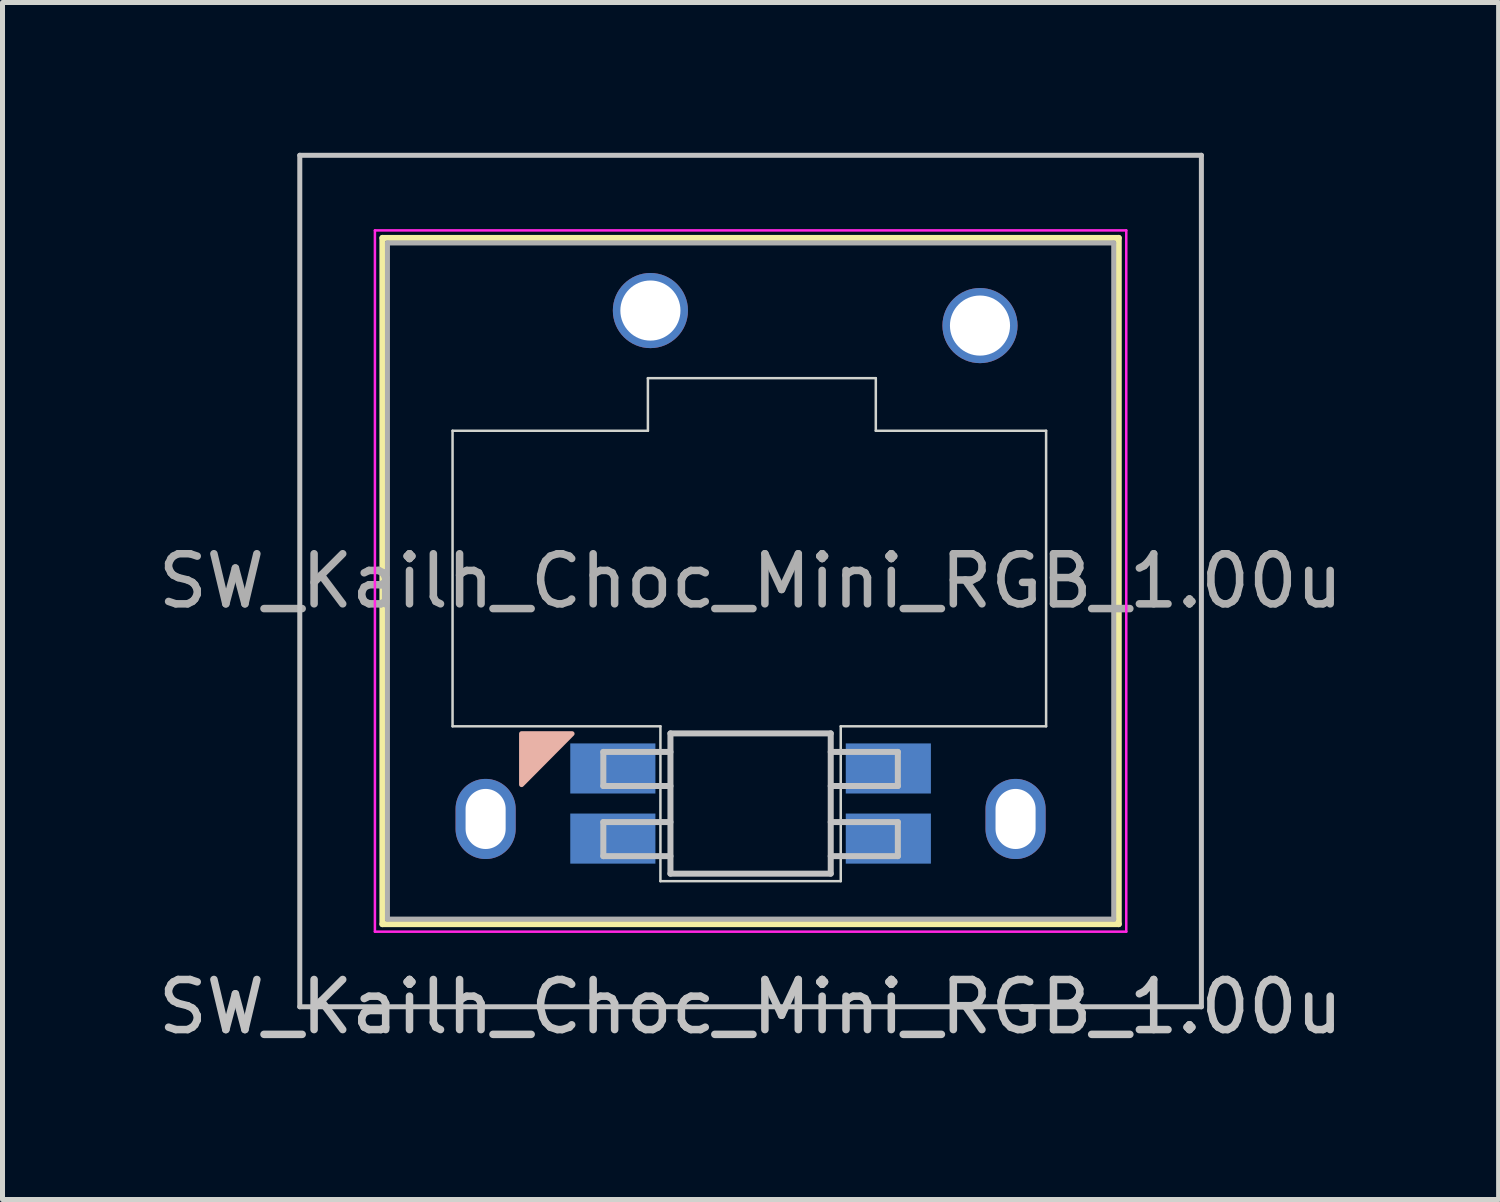
<source format=kicad_pcb>
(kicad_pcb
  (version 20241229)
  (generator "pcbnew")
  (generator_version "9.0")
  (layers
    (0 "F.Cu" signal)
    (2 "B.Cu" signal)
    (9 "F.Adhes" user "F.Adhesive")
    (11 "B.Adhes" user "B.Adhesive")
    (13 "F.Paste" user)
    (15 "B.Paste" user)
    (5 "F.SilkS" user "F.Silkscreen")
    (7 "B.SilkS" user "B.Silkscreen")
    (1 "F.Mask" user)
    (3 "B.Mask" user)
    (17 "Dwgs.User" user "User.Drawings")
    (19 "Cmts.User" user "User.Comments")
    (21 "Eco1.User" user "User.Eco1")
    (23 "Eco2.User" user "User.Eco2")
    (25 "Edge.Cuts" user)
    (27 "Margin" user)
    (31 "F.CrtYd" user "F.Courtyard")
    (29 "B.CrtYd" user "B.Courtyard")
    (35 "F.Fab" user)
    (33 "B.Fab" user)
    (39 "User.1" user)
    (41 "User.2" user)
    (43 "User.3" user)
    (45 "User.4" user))
  (footprint "SW_Kailh_Choc_Mini_RGB_1.00u"
    (layer "F.Cu")
    (at 11.935 8.55)
    (property "Reference" "SW_Kailh_Choc_Mini_RGB_1.00u" (at 0 8.5 180) (layer "Dwgs.User") (effects (font (size 1 1) (thickness 0.15))))
    (attr through_hole)
    (fp_line (start -7.35 -6.85) (end -7.35 6.85) (stroke (width 0.12) (type solid)) (layer "F.SilkS"))
    (fp_line (start -7.35 6.85) (end 7.35 6.85) (stroke (width 0.12) (type solid)) (layer "F.SilkS"))
    (fp_line (start 7.35 -6.85) (end -7.35 -6.85) (stroke (width 0.12) (type solid)) (layer "F.SilkS"))
    (fp_line (start 7.35 6.85) (end 7.35 -6.85) (stroke (width 0.12) (type solid)) (layer "F.SilkS"))
    (fp_poly (pts (xy -4.572 4.064) (xy -4.572 3.048) (xy -3.564 3.048)) (stroke (width 0.1) (type solid)) (fill yes) (layer "B.SilkS"))
    (fp_line (start -9 -8.5) (end -9 8.5) (stroke (width 0.1) (type solid)) (layer "Dwgs.User"))
    (fp_line (start -9 8.5) (end 9 8.5) (stroke (width 0.1) (type solid)) (layer "Dwgs.User"))
    (fp_line (start -2.94 3.412) (end -2.94 4.092) (stroke (width 0.12) (type solid)) (layer "Dwgs.User"))
    (fp_line (start -2.94 4.092) (end -1.6 4.092) (stroke (width 0.12) (type solid)) (layer "Dwgs.User"))
    (fp_line (start -2.94 4.812) (end -2.94 5.492) (stroke (width 0.12) (type solid)) (layer "Dwgs.User"))
    (fp_line (start -2.94 5.492) (end -1.6 5.492) (stroke (width 0.12) (type solid)) (layer "Dwgs.User"))
    (fp_line (start -1.6 3.412) (end -2.94 3.412) (stroke (width 0.12) (type solid)) (layer "Dwgs.User"))
    (fp_line (start -1.6 4.812) (end -2.94 4.812) (stroke (width 0.12) (type solid)) (layer "Dwgs.User"))
    (fp_line (start -1.6 5.842) (end -1.6 3.042) (stroke (width 0.12) (type solid)) (layer "Dwgs.User"))
    (fp_line (start 1.6 3.042) (end -1.6 3.042) (stroke (width 0.12) (type solid)) (layer "Dwgs.User"))
    (fp_line (start 1.6 4.092) (end 2.94 4.092) (stroke (width 0.12) (type solid)) (layer "Dwgs.User"))
    (fp_line (start 1.6 5.492) (end 2.94 5.492) (stroke (width 0.12) (type solid)) (layer "Dwgs.User"))
    (fp_line (start 1.6 5.842) (end -1.6 5.842) (stroke (width 0.12) (type solid)) (layer "Dwgs.User"))
    (fp_line (start 1.6 5.842) (end 1.6 3.042) (stroke (width 0.12) (type solid)) (layer "Dwgs.User"))
    (fp_line (start 2.94 3.412) (end 1.6 3.412) (stroke (width 0.12) (type solid)) (layer "Dwgs.User"))
    (fp_line (start 2.94 4.092) (end 2.94 3.412) (stroke (width 0.12) (type solid)) (layer "Dwgs.User"))
    (fp_line (start 2.94 4.812) (end 1.6 4.812) (stroke (width 0.12) (type solid)) (layer "Dwgs.User"))
    (fp_line (start 2.94 5.492) (end 2.94 4.812) (stroke (width 0.12) (type solid)) (layer "Dwgs.User"))
    (fp_line (start 9 -8.5) (end -9 -8.5) (stroke (width 0.1) (type solid)) (layer "Dwgs.User"))
    (fp_line (start 9 8.5) (end 9 -8.5) (stroke (width 0.1) (type solid)) (layer "Dwgs.User"))
    (fp_line (start -6.85 -6.35) (end -6.85 6.35) (stroke (width 0.1) (type solid)) (layer "Eco1.User"))
    (fp_line (start -6.85 6.35) (end 6.85 6.35) (stroke (width 0.1) (type solid)) (layer "Eco1.User"))
    (fp_line (start 6.85 -6.35) (end -6.85 -6.35) (stroke (width 0.1) (type solid)) (layer "Eco1.User"))
    (fp_line (start 6.85 6.35) (end 6.85 -6.35) (stroke (width 0.1) (type solid)) (layer "Eco1.User"))
    (fp_line (start -5.95 -3) (end -5.95 2.9) (stroke (width 0.05) (type solid)) (layer "Edge.Cuts"))
    (fp_line (start -5.95 2.9) (end -1.8 2.9) (stroke (width 0.05) (type solid)) (layer "Edge.Cuts"))
    (fp_line (start -2.05 -4.05) (end -2.05 -3) (stroke (width 0.05) (type solid)) (layer "Edge.Cuts"))
    (fp_line (start -2.05 -3) (end -5.95 -3) (stroke (width 0.05) (type solid)) (layer "Edge.Cuts"))
    (fp_line (start -1.8 2.9) (end -1.8 5.992) (stroke (width 0.05) (type solid)) (layer "Edge.Cuts"))
    (fp_line (start -1.8 5.992) (end 1.8 5.992) (stroke (width 0.05) (type solid)) (layer "Edge.Cuts"))
    (fp_line (start 1.8 2.9) (end 5.9 2.9) (stroke (width 0.05) (type solid)) (layer "Edge.Cuts"))
    (fp_line (start 1.8 5.992) (end 1.8 2.9) (stroke (width 0.05) (type solid)) (layer "Edge.Cuts"))
    (fp_line (start 2.5 -4.05) (end -2.05 -4.05) (stroke (width 0.05) (type solid)) (layer "Edge.Cuts"))
    (fp_line (start 2.5 -3) (end 2.5 -4.05) (stroke (width 0.05) (type solid)) (layer "Edge.Cuts"))
    (fp_line (start 5.9 -3) (end 2.5 -3) (stroke (width 0.05) (type solid)) (layer "Edge.Cuts"))
    (fp_line (start 5.9 2.9) (end 5.9 -3) (stroke (width 0.05) (type solid)) (layer "Edge.Cuts"))
    (fp_line (start -7.5 -7) (end -7.5 7) (stroke (width 0.05) (type solid)) (layer "F.CrtYd"))
    (fp_line (start -7.5 7) (end 7.5 7) (stroke (width 0.05) (type solid)) (layer "F.CrtYd"))
    (fp_line (start 7.5 -7) (end -7.5 -7) (stroke (width 0.05) (type solid)) (layer "F.CrtYd"))
    (fp_line (start 7.5 7) (end 7.5 -7) (stroke (width 0.05) (type solid)) (layer "F.CrtYd"))
    (fp_line (start -7.25 -6.75) (end -7.25 6.75) (stroke (width 0.1) (type solid)) (layer "F.Fab"))
    (fp_line (start -7.25 6.75) (end 7.25 6.75) (stroke (width 0.1) (type solid)) (layer "F.Fab"))
    (fp_line (start 7.25 -6.75) (end -7.25 -6.75) (stroke (width 0.1) (type solid)) (layer "F.Fab"))
    (fp_line (start 7.25 6.75) (end 7.25 -6.75) (stroke (width 0.1) (type solid)) (layer "F.Fab"))
    (fp_text user "${REFERENCE}" (at 0 0 180) (layer "F.Fab") (effects (font (size 1 1) (thickness 0.15))))
    (pad "" thru_hole oval (at -5.29 4.75 180) (size 1.2 1.6) (drill oval 0.8 1.2) (layers "*.Cu" "*.Mask"))
    (pad "" smd circle (at -2 -5.4 180) (size 1.25 1.25) (layers "F.Mask"))
    (pad "" smd circle (at 4.58 -5.1 180) (size 1.25 1.25) (layers "F.Mask"))
    (pad "" thru_hole oval (at 5.29 4.75 180) (size 1.2 1.6) (drill oval 0.8 1.2) (layers "*.Cu" "*.Mask"))
    (pad "1" smd rect (at 2.75 5.142 180) (size 1.7 1) (layers "B.Cu" "B.Mask" "B.Paste"))
    (pad "2" smd rect (at 2.75 3.742 180) (size 1.7 1) (layers "B.Cu" "B.Mask" "B.Paste"))
    (pad "3" smd rect (at -2.75 3.742 180) (size 1.7 1) (layers "B.Cu" "B.Mask" "B.Paste"))
    (pad "4" smd rect (at -2.75 5.142 180) (size 1.7 1) (layers "B.Cu" "B.Mask" "B.Paste"))
    (pad "5" thru_hole circle (at -2 -5.4 180) (size 1.5 1.5) (drill 1.2) (layers "*.Cu" "B.Mask"))
    (pad "6" thru_hole circle (at 4.58 -5.1 180) (size 1.5 1.5) (drill 1.2) (layers "*.Cu" "B.Mask")))
  (gr_rect
    (start -3 -3)
    (end 26.869 20.898)
    (stroke (width 0.1) (type default))
    (fill no)
    (layer "Edge.Cuts")))
</source>
